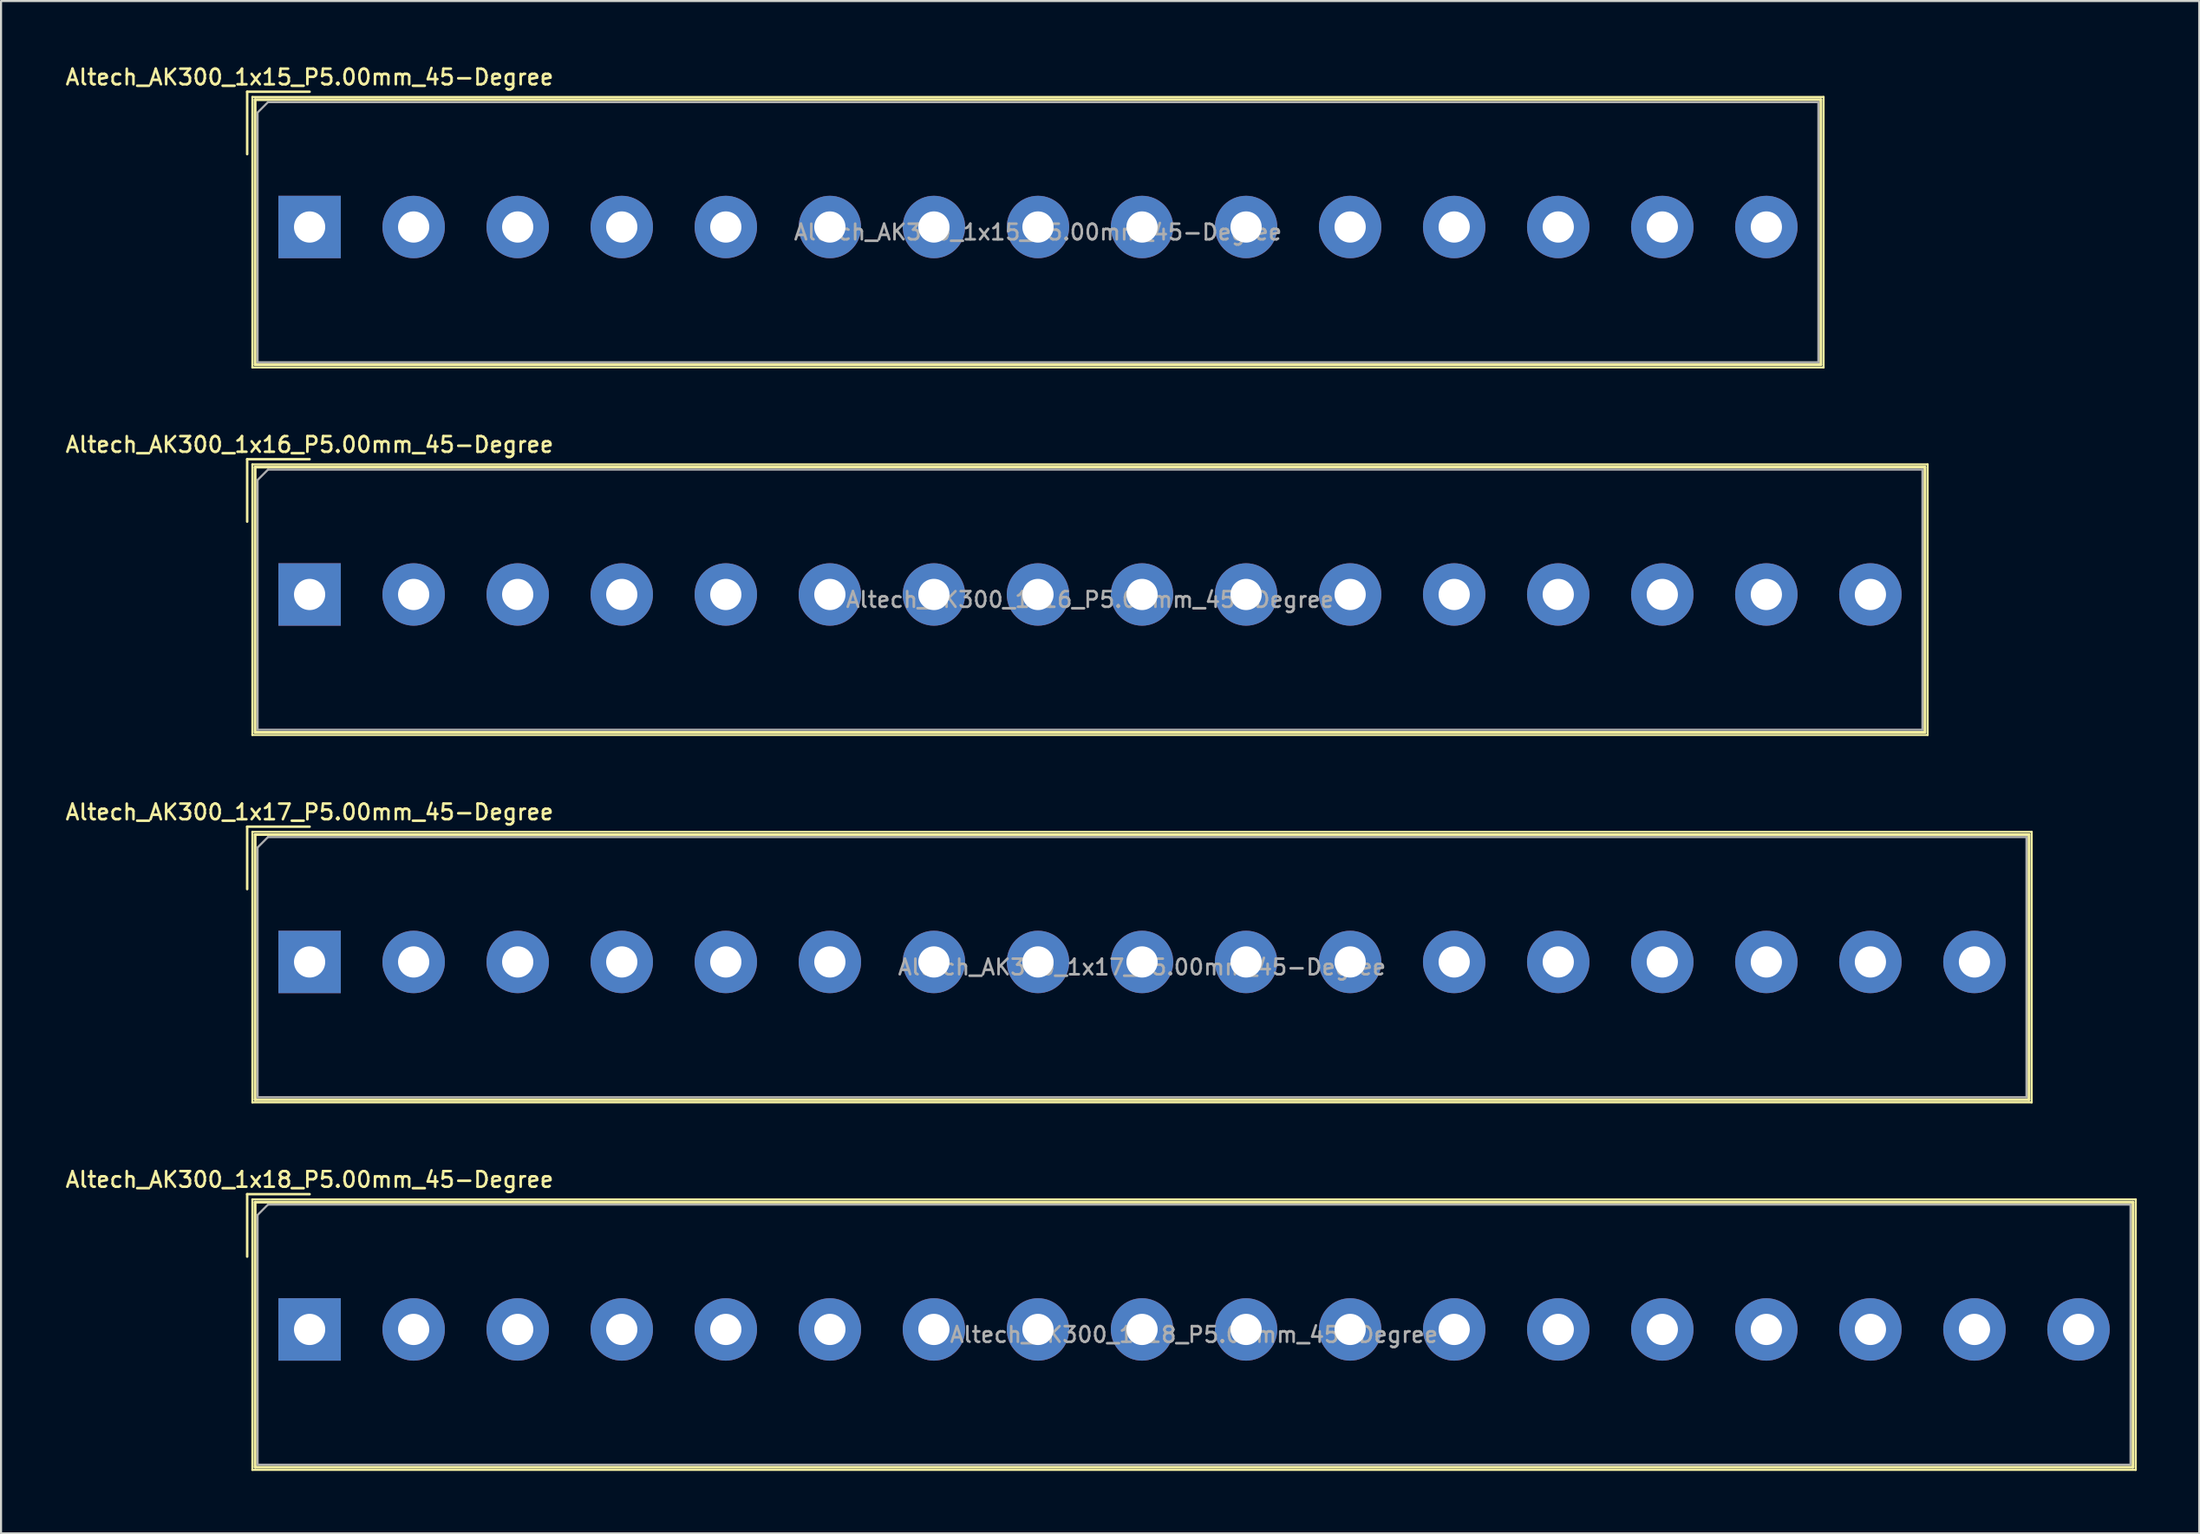
<source format=kicad_pcb>
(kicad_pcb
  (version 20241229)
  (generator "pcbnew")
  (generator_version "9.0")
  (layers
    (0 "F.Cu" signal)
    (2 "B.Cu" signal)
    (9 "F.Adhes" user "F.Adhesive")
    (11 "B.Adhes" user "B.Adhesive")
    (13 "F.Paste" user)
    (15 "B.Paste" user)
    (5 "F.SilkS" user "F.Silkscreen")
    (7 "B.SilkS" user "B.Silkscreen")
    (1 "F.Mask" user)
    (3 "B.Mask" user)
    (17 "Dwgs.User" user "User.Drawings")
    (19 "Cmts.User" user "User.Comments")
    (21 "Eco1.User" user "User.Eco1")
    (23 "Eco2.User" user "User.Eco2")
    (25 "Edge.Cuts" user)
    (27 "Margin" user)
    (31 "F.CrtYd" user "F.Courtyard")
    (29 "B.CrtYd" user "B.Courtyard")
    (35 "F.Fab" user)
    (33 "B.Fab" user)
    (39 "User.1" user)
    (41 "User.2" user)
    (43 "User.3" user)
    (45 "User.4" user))
  (footprint "Altech_AK300_1x18_P5.00mm_45-Degree"
    (layer "F.Cu")
    (at 11.827 60.833)
    (property "Reference" "Altech_AK300_1x18_P5.00mm_45-Degree" (at 0 -7.2 0) (layer "F.SilkS") (effects (font (size 0.75 0.75) (thickness 0.125))))
    (attr through_hole)
    (fp_line (start -3 -6.5) (end 0 -6.5) (stroke (width 0.12) (type solid)) (layer "F.SilkS"))
    (fp_line (start -3 -3.5) (end -3 -6.5) (stroke (width 0.12) (type solid)) (layer "F.SilkS"))
    (fp_line (start -2.75 -6.25) (end -2.75 6.75) (stroke (width 0.1) (type solid)) (layer "F.SilkS"))
    (fp_line (start -2.75 -6.25) (end 87.75 -6.25) (stroke (width 0.1) (type solid)) (layer "F.SilkS"))
    (fp_line (start -2.75 6.75) (end 87.75 6.75) (stroke (width 0.1) (type solid)) (layer "F.SilkS"))
    (fp_line (start -2.62 -6.12) (end -2.62 6.62) (stroke (width 0.12) (type solid)) (layer "F.SilkS"))
    (fp_line (start -2.62 -6.12) (end -2.62 6.62) (stroke (width 0.12) (type solid)) (layer "F.SilkS"))
    (fp_line (start -2.62 -6.12) (end 87.62 -6.12) (stroke (width 0.12) (type solid)) (layer "F.SilkS"))
    (fp_line (start -2.62 -6.12) (end 87.62 -6.12) (stroke (width 0.12) (type solid)) (layer "F.SilkS"))
    (fp_line (start -2.62 6.62) (end 87.62 6.62) (stroke (width 0.12) (type solid)) (layer "F.SilkS"))
    (fp_line (start -2.62 6.62) (end 87.62 6.62) (stroke (width 0.12) (type solid)) (layer "F.SilkS"))
    (fp_line (start 87.62 -6.12) (end 87.62 6.62) (stroke (width 0.12) (type solid)) (layer "F.SilkS"))
    (fp_line (start 87.62 -6.12) (end 87.62 6.62) (stroke (width 0.12) (type solid)) (layer "F.SilkS"))
    (fp_line (start 87.75 -6.25) (end 87.75 6.75) (stroke (width 0.1) (type solid)) (layer "F.SilkS"))
    (fp_line (start -2.5 -5.5) (end -2 -6) (stroke (width 0.1) (type solid)) (layer "F.Fab"))
    (fp_line (start -2.5 6.5) (end -2.5 -5.5) (stroke (width 0.1) (type solid)) (layer "F.Fab"))
    (fp_line (start -2 -6) (end 87.5 -6) (stroke (width 0.1) (type solid)) (layer "F.Fab"))
    (fp_line (start 87.5 -6) (end 87.5 6.5) (stroke (width 0.1) (type solid)) (layer "F.Fab"))
    (fp_line (start 87.5 6.5) (end -2.5 6.5) (stroke (width 0.1) (type solid)) (layer "F.Fab"))
    (fp_text user "${REFERENCE}" (at 42.5 0.25 0) (layer "F.Fab") (effects (font (size 0.75 0.75) (thickness 0.125))))
    (pad "1" thru_hole rect (at 0 0) (size 3 3) (drill 1.5) (layers "*.Cu" "*.Mask"))
    (pad "2" thru_hole circle (at 5 0) (size 3 3) (drill 1.5) (layers "*.Cu" "*.Mask"))
    (pad "3" thru_hole circle (at 10 0) (size 3 3) (drill 1.5) (layers "*.Cu" "*.Mask"))
    (pad "4" thru_hole circle (at 15 0) (size 3 3) (drill 1.5) (layers "*.Cu" "*.Mask"))
    (pad "5" thru_hole circle (at 20 0) (size 3 3) (drill 1.5) (layers "*.Cu" "*.Mask"))
    (pad "6" thru_hole circle (at 25 0) (size 3 3) (drill 1.5) (layers "*.Cu" "*.Mask"))
    (pad "7" thru_hole circle (at 30 0) (size 3 3) (drill 1.5) (layers "*.Cu" "*.Mask"))
    (pad "8" thru_hole circle (at 35 0) (size 3 3) (drill 1.5) (layers "*.Cu" "*.Mask"))
    (pad "9" thru_hole circle (at 40 0) (size 3 3) (drill 1.5) (layers "*.Cu" "*.Mask"))
    (pad "10" thru_hole circle (at 45 0) (size 3 3) (drill 1.5) (layers "*.Cu" "*.Mask"))
    (pad "11" thru_hole circle (at 50 0) (size 3 3) (drill 1.5) (layers "*.Cu" "*.Mask"))
    (pad "12" thru_hole circle (at 55 0) (size 3 3) (drill 1.5) (layers "*.Cu" "*.Mask"))
    (pad "13" thru_hole circle (at 60 0) (size 3 3) (drill 1.5) (layers "*.Cu" "*.Mask"))
    (pad "14" thru_hole circle (at 65 0) (size 3 3) (drill 1.5) (layers "*.Cu" "*.Mask"))
    (pad "15" thru_hole circle (at 70 0) (size 3 3) (drill 1.5) (layers "*.Cu" "*.Mask"))
    (pad "16" thru_hole circle (at 75 0) (size 3 3) (drill 1.5) (layers "*.Cu" "*.Mask"))
    (pad "17" thru_hole circle (at 80 0) (size 3 3) (drill 1.5) (layers "*.Cu" "*.Mask"))
    (pad "18" thru_hole circle (at 85 0) (size 3 3) (drill 1.5) (layers "*.Cu" "*.Mask")))
  (footprint "Altech_AK300_1x16_P5.00mm_45-Degree"
    (layer "F.Cu")
    (at 11.827 25.516)
    (property "Reference" "Altech_AK300_1x16_P5.00mm_45-Degree" (at 0 -7.2 0) (layer "F.SilkS") (effects (font (size 0.75 0.75) (thickness 0.125))))
    (attr through_hole)
    (fp_line (start -3 -6.5) (end 0 -6.5) (stroke (width 0.12) (type solid)) (layer "F.SilkS"))
    (fp_line (start -3 -3.5) (end -3 -6.5) (stroke (width 0.12) (type solid)) (layer "F.SilkS"))
    (fp_line (start -2.75 -6.25) (end -2.75 6.75) (stroke (width 0.1) (type solid)) (layer "F.SilkS"))
    (fp_line (start -2.75 -6.25) (end 77.75 -6.25) (stroke (width 0.1) (type solid)) (layer "F.SilkS"))
    (fp_line (start -2.75 6.75) (end 77.75 6.75) (stroke (width 0.1) (type solid)) (layer "F.SilkS"))
    (fp_line (start -2.62 -6.12) (end -2.62 6.62) (stroke (width 0.12) (type solid)) (layer "F.SilkS"))
    (fp_line (start -2.62 -6.12) (end -2.62 6.62) (stroke (width 0.12) (type solid)) (layer "F.SilkS"))
    (fp_line (start -2.62 -6.12) (end 77.62 -6.12) (stroke (width 0.12) (type solid)) (layer "F.SilkS"))
    (fp_line (start -2.62 -6.12) (end 77.62 -6.12) (stroke (width 0.12) (type solid)) (layer "F.SilkS"))
    (fp_line (start -2.62 6.62) (end 77.62 6.62) (stroke (width 0.12) (type solid)) (layer "F.SilkS"))
    (fp_line (start -2.62 6.62) (end 77.62 6.62) (stroke (width 0.12) (type solid)) (layer "F.SilkS"))
    (fp_line (start 77.62 -6.12) (end 77.62 6.62) (stroke (width 0.12) (type solid)) (layer "F.SilkS"))
    (fp_line (start 77.62 -6.12) (end 77.62 6.62) (stroke (width 0.12) (type solid)) (layer "F.SilkS"))
    (fp_line (start 77.75 -6.25) (end 77.75 6.75) (stroke (width 0.1) (type solid)) (layer "F.SilkS"))
    (fp_line (start -2.5 -5.5) (end -2 -6) (stroke (width 0.1) (type solid)) (layer "F.Fab"))
    (fp_line (start -2.5 6.5) (end -2.5 -5.5) (stroke (width 0.1) (type solid)) (layer "F.Fab"))
    (fp_line (start -2 -6) (end 77.5 -6) (stroke (width 0.1) (type solid)) (layer "F.Fab"))
    (fp_line (start 77.5 -6) (end 77.5 6.5) (stroke (width 0.1) (type solid)) (layer "F.Fab"))
    (fp_line (start 77.5 6.5) (end -2.5 6.5) (stroke (width 0.1) (type solid)) (layer "F.Fab"))
    (fp_text user "${REFERENCE}" (at 37.5 0.25 0) (layer "F.Fab") (effects (font (size 0.75 0.75) (thickness 0.125))))
    (pad "1" thru_hole rect (at 0 0) (size 3 3) (drill 1.5) (layers "*.Cu" "*.Mask"))
    (pad "2" thru_hole circle (at 5 0) (size 3 3) (drill 1.5) (layers "*.Cu" "*.Mask"))
    (pad "3" thru_hole circle (at 10 0) (size 3 3) (drill 1.5) (layers "*.Cu" "*.Mask"))
    (pad "4" thru_hole circle (at 15 0) (size 3 3) (drill 1.5) (layers "*.Cu" "*.Mask"))
    (pad "5" thru_hole circle (at 20 0) (size 3 3) (drill 1.5) (layers "*.Cu" "*.Mask"))
    (pad "6" thru_hole circle (at 25 0) (size 3 3) (drill 1.5) (layers "*.Cu" "*.Mask"))
    (pad "7" thru_hole circle (at 30 0) (size 3 3) (drill 1.5) (layers "*.Cu" "*.Mask"))
    (pad "8" thru_hole circle (at 35 0) (size 3 3) (drill 1.5) (layers "*.Cu" "*.Mask"))
    (pad "9" thru_hole circle (at 40 0) (size 3 3) (drill 1.5) (layers "*.Cu" "*.Mask"))
    (pad "10" thru_hole circle (at 45 0) (size 3 3) (drill 1.5) (layers "*.Cu" "*.Mask"))
    (pad "11" thru_hole circle (at 50 0) (size 3 3) (drill 1.5) (layers "*.Cu" "*.Mask"))
    (pad "12" thru_hole circle (at 55 0) (size 3 3) (drill 1.5) (layers "*.Cu" "*.Mask"))
    (pad "13" thru_hole circle (at 60 0) (size 3 3) (drill 1.5) (layers "*.Cu" "*.Mask"))
    (pad "14" thru_hole circle (at 65 0) (size 3 3) (drill 1.5) (layers "*.Cu" "*.Mask"))
    (pad "15" thru_hole circle (at 70 0) (size 3 3) (drill 1.5) (layers "*.Cu" "*.Mask"))
    (pad "16" thru_hole circle (at 75 0) (size 3 3) (drill 1.5) (layers "*.Cu" "*.Mask")))
  (footprint "Altech_AK300_1x17_P5.00mm_45-Degree"
    (layer "F.Cu")
    (at 11.827 43.174)
    (property "Reference" "Altech_AK300_1x17_P5.00mm_45-Degree" (at 0 -7.2 0) (layer "F.SilkS") (effects (font (size 0.75 0.75) (thickness 0.125))))
    (attr through_hole)
    (fp_line (start -3 -6.5) (end 0 -6.5) (stroke (width 0.12) (type solid)) (layer "F.SilkS"))
    (fp_line (start -3 -3.5) (end -3 -6.5) (stroke (width 0.12) (type solid)) (layer "F.SilkS"))
    (fp_line (start -2.75 -6.25) (end -2.75 6.75) (stroke (width 0.1) (type solid)) (layer "F.SilkS"))
    (fp_line (start -2.75 -6.25) (end 82.75 -6.25) (stroke (width 0.1) (type solid)) (layer "F.SilkS"))
    (fp_line (start -2.75 6.75) (end 82.75 6.75) (stroke (width 0.1) (type solid)) (layer "F.SilkS"))
    (fp_line (start -2.62 -6.12) (end -2.62 6.62) (stroke (width 0.12) (type solid)) (layer "F.SilkS"))
    (fp_line (start -2.62 -6.12) (end -2.62 6.62) (stroke (width 0.12) (type solid)) (layer "F.SilkS"))
    (fp_line (start -2.62 -6.12) (end 82.62 -6.12) (stroke (width 0.12) (type solid)) (layer "F.SilkS"))
    (fp_line (start -2.62 -6.12) (end 82.62 -6.12) (stroke (width 0.12) (type solid)) (layer "F.SilkS"))
    (fp_line (start -2.62 6.62) (end 82.62 6.62) (stroke (width 0.12) (type solid)) (layer "F.SilkS"))
    (fp_line (start -2.62 6.62) (end 82.62 6.62) (stroke (width 0.12) (type solid)) (layer "F.SilkS"))
    (fp_line (start 82.62 -6.12) (end 82.62 6.62) (stroke (width 0.12) (type solid)) (layer "F.SilkS"))
    (fp_line (start 82.62 -6.12) (end 82.62 6.62) (stroke (width 0.12) (type solid)) (layer "F.SilkS"))
    (fp_line (start 82.75 -6.25) (end 82.75 6.75) (stroke (width 0.1) (type solid)) (layer "F.SilkS"))
    (fp_line (start -2.5 -5.5) (end -2 -6) (stroke (width 0.1) (type solid)) (layer "F.Fab"))
    (fp_line (start -2.5 6.5) (end -2.5 -5.5) (stroke (width 0.1) (type solid)) (layer "F.Fab"))
    (fp_line (start -2 -6) (end 82.5 -6) (stroke (width 0.1) (type solid)) (layer "F.Fab"))
    (fp_line (start 82.5 -6) (end 82.5 6.5) (stroke (width 0.1) (type solid)) (layer "F.Fab"))
    (fp_line (start 82.5 6.5) (end -2.5 6.5) (stroke (width 0.1) (type solid)) (layer "F.Fab"))
    (fp_text user "${REFERENCE}" (at 40 0.25 0) (layer "F.Fab") (effects (font (size 0.75 0.75) (thickness 0.125))))
    (pad "1" thru_hole rect (at 0 0) (size 3 3) (drill 1.5) (layers "*.Cu" "*.Mask"))
    (pad "2" thru_hole circle (at 5 0) (size 3 3) (drill 1.5) (layers "*.Cu" "*.Mask"))
    (pad "3" thru_hole circle (at 10 0) (size 3 3) (drill 1.5) (layers "*.Cu" "*.Mask"))
    (pad "4" thru_hole circle (at 15 0) (size 3 3) (drill 1.5) (layers "*.Cu" "*.Mask"))
    (pad "5" thru_hole circle (at 20 0) (size 3 3) (drill 1.5) (layers "*.Cu" "*.Mask"))
    (pad "6" thru_hole circle (at 25 0) (size 3 3) (drill 1.5) (layers "*.Cu" "*.Mask"))
    (pad "7" thru_hole circle (at 30 0) (size 3 3) (drill 1.5) (layers "*.Cu" "*.Mask"))
    (pad "8" thru_hole circle (at 35 0) (size 3 3) (drill 1.5) (layers "*.Cu" "*.Mask"))
    (pad "9" thru_hole circle (at 40 0) (size 3 3) (drill 1.5) (layers "*.Cu" "*.Mask"))
    (pad "10" thru_hole circle (at 45 0) (size 3 3) (drill 1.5) (layers "*.Cu" "*.Mask"))
    (pad "11" thru_hole circle (at 50 0) (size 3 3) (drill 1.5) (layers "*.Cu" "*.Mask"))
    (pad "12" thru_hole circle (at 55 0) (size 3 3) (drill 1.5) (layers "*.Cu" "*.Mask"))
    (pad "13" thru_hole circle (at 60 0) (size 3 3) (drill 1.5) (layers "*.Cu" "*.Mask"))
    (pad "14" thru_hole circle (at 65 0) (size 3 3) (drill 1.5) (layers "*.Cu" "*.Mask"))
    (pad "15" thru_hole circle (at 70 0) (size 3 3) (drill 1.5) (layers "*.Cu" "*.Mask"))
    (pad "16" thru_hole circle (at 75 0) (size 3 3) (drill 1.5) (layers "*.Cu" "*.Mask"))
    (pad "17" thru_hole circle (at 80 0) (size 3 3) (drill 1.5) (layers "*.Cu" "*.Mask")))
  (footprint "Altech_AK300_1x15_P5.00mm_45-Degree"
    (layer "F.Cu")
    (at 11.827 7.858)
    (property "Reference" "Altech_AK300_1x15_P5.00mm_45-Degree" (at 0 -7.2 0) (layer "F.SilkS") (effects (font (size 0.75 0.75) (thickness 0.125))))
    (attr through_hole)
    (fp_line (start -3 -6.5) (end 0 -6.5) (stroke (width 0.12) (type solid)) (layer "F.SilkS"))
    (fp_line (start -3 -3.5) (end -3 -6.5) (stroke (width 0.12) (type solid)) (layer "F.SilkS"))
    (fp_line (start -2.75 -6.25) (end -2.75 6.75) (stroke (width 0.1) (type solid)) (layer "F.SilkS"))
    (fp_line (start -2.75 -6.25) (end 72.75 -6.25) (stroke (width 0.1) (type solid)) (layer "F.SilkS"))
    (fp_line (start -2.75 6.75) (end 72.75 6.75) (stroke (width 0.1) (type solid)) (layer "F.SilkS"))
    (fp_line (start -2.62 -6.12) (end -2.62 6.62) (stroke (width 0.12) (type solid)) (layer "F.SilkS"))
    (fp_line (start -2.62 -6.12) (end -2.62 6.62) (stroke (width 0.12) (type solid)) (layer "F.SilkS"))
    (fp_line (start -2.62 -6.12) (end 72.62 -6.12) (stroke (width 0.12) (type solid)) (layer "F.SilkS"))
    (fp_line (start -2.62 -6.12) (end 72.62 -6.12) (stroke (width 0.12) (type solid)) (layer "F.SilkS"))
    (fp_line (start -2.62 6.62) (end 72.62 6.62) (stroke (width 0.12) (type solid)) (layer "F.SilkS"))
    (fp_line (start -2.62 6.62) (end 72.62 6.62) (stroke (width 0.12) (type solid)) (layer "F.SilkS"))
    (fp_line (start 72.62 -6.12) (end 72.62 6.62) (stroke (width 0.12) (type solid)) (layer "F.SilkS"))
    (fp_line (start 72.62 -6.12) (end 72.62 6.62) (stroke (width 0.12) (type solid)) (layer "F.SilkS"))
    (fp_line (start 72.75 -6.25) (end 72.75 6.75) (stroke (width 0.1) (type solid)) (layer "F.SilkS"))
    (fp_line (start -2.5 -5.5) (end -2 -6) (stroke (width 0.1) (type solid)) (layer "F.Fab"))
    (fp_line (start -2.5 6.5) (end -2.5 -5.5) (stroke (width 0.1) (type solid)) (layer "F.Fab"))
    (fp_line (start -2 -6) (end 72.5 -6) (stroke (width 0.1) (type solid)) (layer "F.Fab"))
    (fp_line (start 72.5 -6) (end 72.5 6.5) (stroke (width 0.1) (type solid)) (layer "F.Fab"))
    (fp_line (start 72.5 6.5) (end -2.5 6.5) (stroke (width 0.1) (type solid)) (layer "F.Fab"))
    (fp_text user "${REFERENCE}" (at 35 0.25 0) (layer "F.Fab") (effects (font (size 0.75 0.75) (thickness 0.125))))
    (pad "1" thru_hole rect (at 0 0) (size 3 3) (drill 1.5) (layers "*.Cu" "*.Mask"))
    (pad "2" thru_hole circle (at 5 0) (size 3 3) (drill 1.5) (layers "*.Cu" "*.Mask"))
    (pad "3" thru_hole circle (at 10 0) (size 3 3) (drill 1.5) (layers "*.Cu" "*.Mask"))
    (pad "4" thru_hole circle (at 15 0) (size 3 3) (drill 1.5) (layers "*.Cu" "*.Mask"))
    (pad "5" thru_hole circle (at 20 0) (size 3 3) (drill 1.5) (layers "*.Cu" "*.Mask"))
    (pad "6" thru_hole circle (at 25 0) (size 3 3) (drill 1.5) (layers "*.Cu" "*.Mask"))
    (pad "7" thru_hole circle (at 30 0) (size 3 3) (drill 1.5) (layers "*.Cu" "*.Mask"))
    (pad "8" thru_hole circle (at 35 0) (size 3 3) (drill 1.5) (layers "*.Cu" "*.Mask"))
    (pad "9" thru_hole circle (at 40 0) (size 3 3) (drill 1.5) (layers "*.Cu" "*.Mask"))
    (pad "10" thru_hole circle (at 45 0) (size 3 3) (drill 1.5) (layers "*.Cu" "*.Mask"))
    (pad "11" thru_hole circle (at 50 0) (size 3 3) (drill 1.5) (layers "*.Cu" "*.Mask"))
    (pad "12" thru_hole circle (at 55 0) (size 3 3) (drill 1.5) (layers "*.Cu" "*.Mask"))
    (pad "13" thru_hole circle (at 60 0) (size 3 3) (drill 1.5) (layers "*.Cu" "*.Mask"))
    (pad "14" thru_hole circle (at 65 0) (size 3 3) (drill 1.5) (layers "*.Cu" "*.Mask"))
    (pad "15" thru_hole circle (at 70 0) (size 3 3) (drill 1.5) (layers "*.Cu" "*.Mask")))
  (gr_rect
    (start -3 -3)
    (end 102.627 70.632)
    (stroke (width 0.1) (type default))
    (fill no)
    (layer "Edge.Cuts")))
</source>
